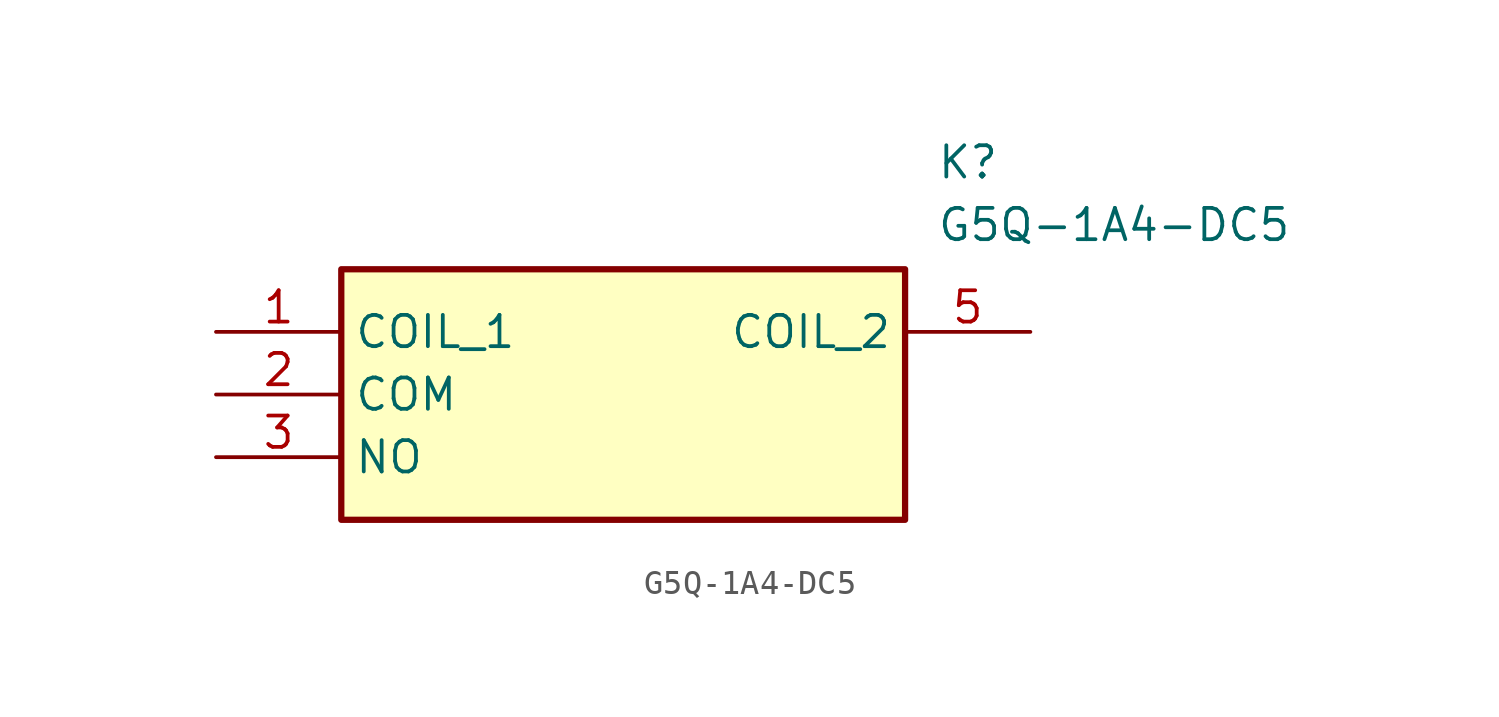
<source format=kicad_sym>
(kicad_symbol_lib
  (version 20211014)
  (generator SamacSys_ECAD_Model)
  (symbol "G5Q-1A4-DC5"
    (property "Reference" "K"
      (at 29.21 7.62 0)
      (effects (font (size 1.27 1.27)) (justify left top)))
    (property "Value" "G5Q-1A4-DC5"
      (at 29.21 5.08 0)
      (effects (font (size 1.27 1.27)) (justify left top)))
    (rectangle
      (start 5.08 2.54)
      (end 27.94 -7.62)
      (stroke (width 0.254) (type default))
      (fill (type background)))
    (pin passive line
      (at 0 0 0)
      (length 5.08)
      (name "COIL_1" (effects (font (size 1.27 1.27))))
      (number "1" (effects (font (size 1.27 1.27)))))
    (pin passive line
      (at 0 -2.54 0)
      (length 5.08)
      (name "COM" (effects (font (size 1.27 1.27))))
      (number "2" (effects (font (size 1.27 1.27)))))
    (pin passive line
      (at 0 -5.08 0)
      (length 5.08)
      (name "NO" (effects (font (size 1.27 1.27))))
      (number "3" (effects (font (size 1.27 1.27)))))
    (pin passive line
      (at 33.02 0 180)
      (length 5.08)
      (name "COIL_2" (effects (font (size 1.27 1.27))))
      (number "5" (effects (font (size 1.27 1.27)))))))
</source>
